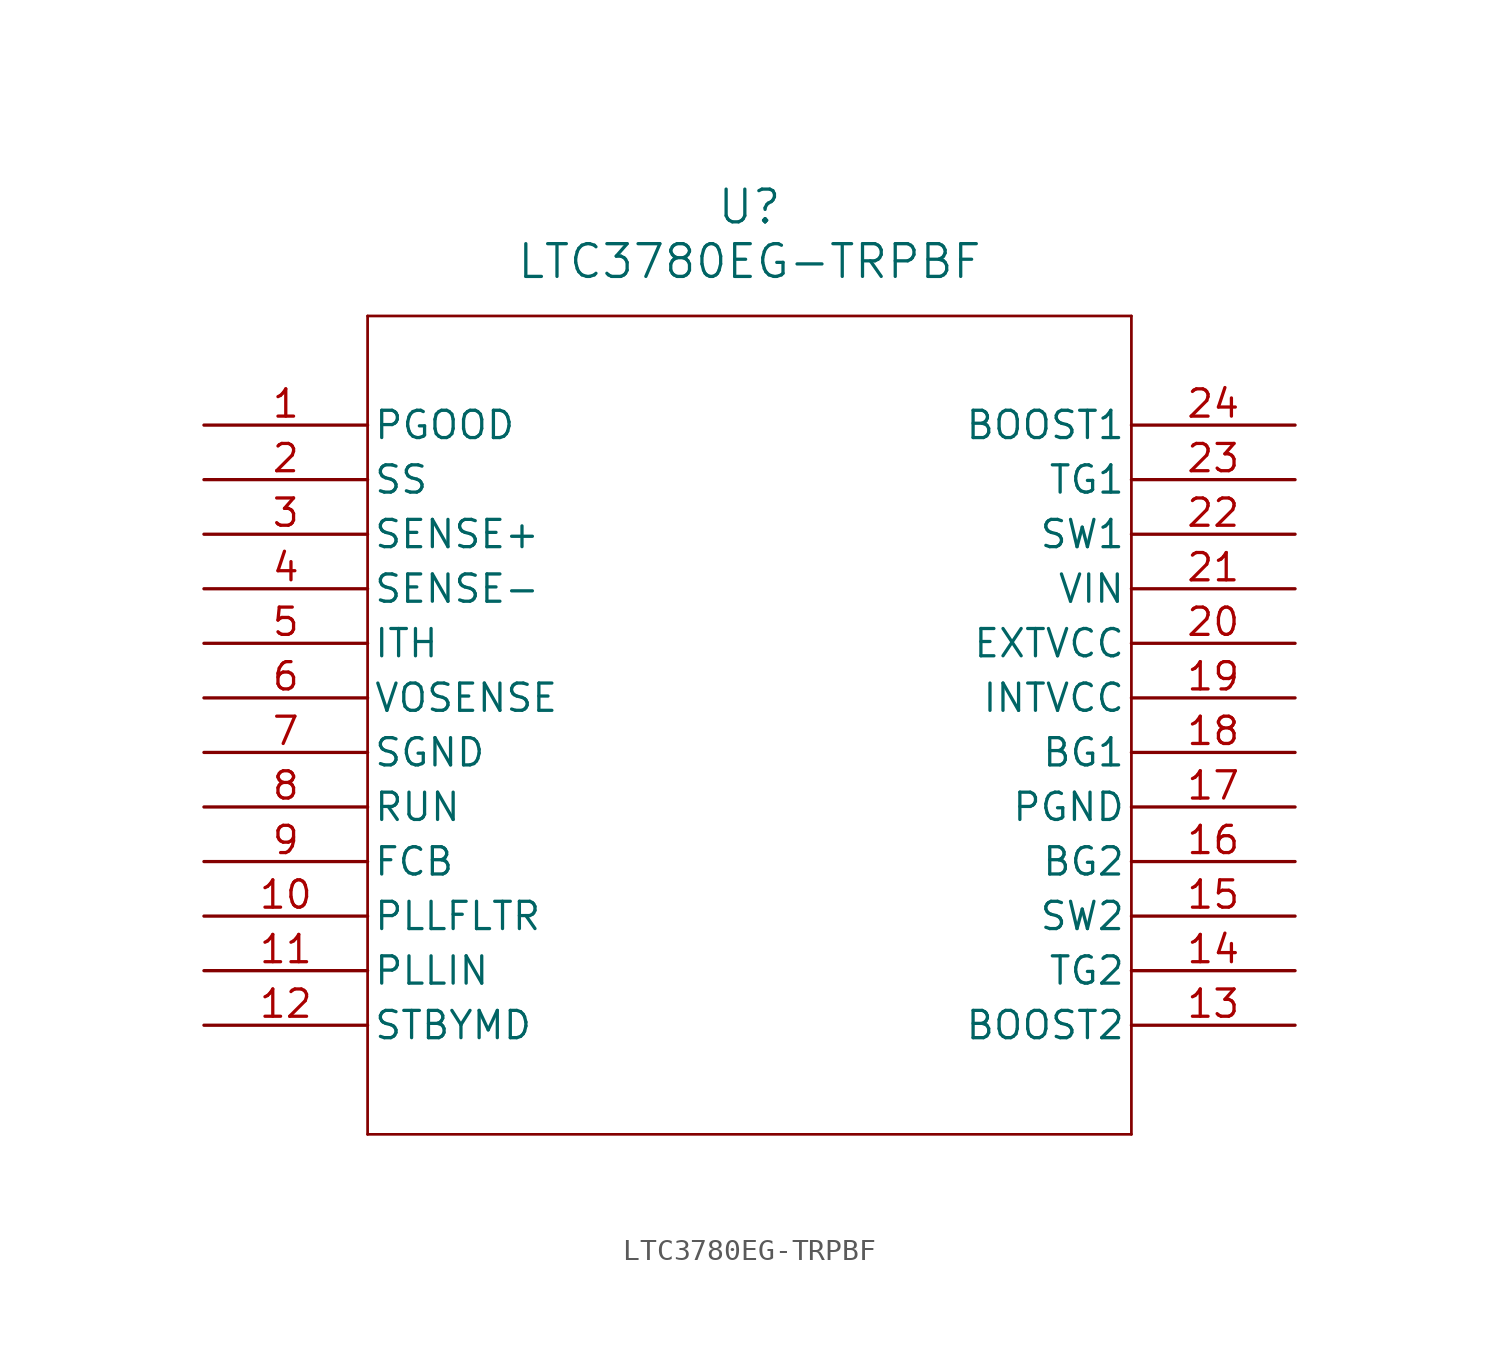
<source format=kicad_sym>
(kicad_symbol_lib
  (version 20220914)
  (generator kicad_symbol_editor)
  (symbol "LTC3780EG-TRPBF"
    (pin_names
      (offset 0.254))
    (property "Reference" "U"
      (at 25.4 10.16 0)
      (effects (font (size 1.524 1.524))))
    (property "Value" "LTC3780EG-TRPBF"
      (at 25.4 7.62 0)
      (effects (font (size 1.524 1.524))))
    (property "ki_locked" ""
      (at 0 0 0)
      (effects (font (size 1.27 1.27))))
    (symbol "LTC3780EG-TRPBF_0_1"
      (polyline (pts (xy 7.62 -33.02) (xy 43.18 -33.02)) (stroke (width 0.127) (type default)) (fill (type none)))
      (polyline (pts (xy 7.62 5.08) (xy 7.62 -33.02)) (stroke (width 0.127) (type default)) (fill (type none)))
      (polyline (pts (xy 43.18 -33.02) (xy 43.18 5.08)) (stroke (width 0.127) (type default)) (fill (type none)))
      (polyline (pts (xy 43.18 5.08) (xy 7.62 5.08)) (stroke (width 0.127) (type default)) (fill (type none)))
      (pin output line (at 0 0 0) (length 7.62) (name "PGOOD" (effects (font (size 1.27 1.27)))) (number "1" (effects (font (size 1.27 1.27)))))
      (pin input line (at 0 -25.4 0) (length 7.62) (name "PLLIN" (effects (font (size 1.27 1.27)))) (number "11" (effects (font (size 1.27 1.27)))))
      (pin power_in line (at 50.8 -17.78 180) (length 7.62) (name "PGND" (effects (font (size 1.27 1.27)))) (number "17" (effects (font (size 1.27 1.27)))))
      (pin output line (at 50.8 -12.7 180) (length 7.62) (name "INTVCC" (effects (font (size 1.27 1.27)))) (number "19" (effects (font (size 1.27 1.27)))))
      (pin input line (at 0 -2.54 0) (length 7.62) (name "SS" (effects (font (size 1.27 1.27)))) (number "2" (effects (font (size 1.27 1.27)))))
      (pin input line (at 50.8 -10.16 180) (length 7.62) (name "EXTVCC" (effects (font (size 1.27 1.27)))) (number "20" (effects (font (size 1.27 1.27)))))
      (pin input line (at 0 -5.08 0) (length 7.62) (name "SENSE+" (effects (font (size 1.27 1.27)))) (number "3" (effects (font (size 1.27 1.27)))))
      (pin input line (at 0 -7.62 0) (length 7.62) (name "SENSE-" (effects (font (size 1.27 1.27)))) (number "4" (effects (font (size 1.27 1.27)))))
      (pin input line (at 0 -12.7 0) (length 7.62) (name "VOSENSE" (effects (font (size 1.27 1.27)))) (number "6" (effects (font (size 1.27 1.27)))))
      (pin power_in line (at 0 -15.24 0) (length 7.62) (name "SGND" (effects (font (size 1.27 1.27)))) (number "7" (effects (font (size 1.27 1.27)))))
      (pin input line (at 0 -17.78 0) (length 7.62) (name "RUN" (effects (font (size 1.27 1.27)))) (number "8" (effects (font (size 1.27 1.27)))))
      (pin input line (at 0 -20.32 0) (length 7.62) (name "FCB" (effects (font (size 1.27 1.27)))) (number "9" (effects (font (size 1.27 1.27))))))
    (symbol "LTC3780EG-TRPBF_1_1"
      (pin power_in line (at 0 -22.86 0) (length 7.62) (name "PLLFLTR" (effects (font (size 1.27 1.27)))) (number "10" (effects (font (size 1.27 1.27)))))
      (pin bidirectional line (at 0 -27.94 0) (length 7.62) (name "STBYMD" (effects (font (size 1.27 1.27)))) (number "12" (effects (font (size 1.27 1.27)))))
      (pin bidirectional line (at 50.8 -27.94 180) (length 7.62) (name "BOOST2" (effects (font (size 1.27 1.27)))) (number "13" (effects (font (size 1.27 1.27)))))
      (pin bidirectional line (at 50.8 -25.4 180) (length 7.62) (name "TG2" (effects (font (size 1.27 1.27)))) (number "14" (effects (font (size 1.27 1.27)))))
      (pin bidirectional line (at 50.8 -22.86 180) (length 7.62) (name "SW2" (effects (font (size 1.27 1.27)))) (number "15" (effects (font (size 1.27 1.27)))))
      (pin bidirectional line (at 50.8 -20.32 180) (length 7.62) (name "BG2" (effects (font (size 1.27 1.27)))) (number "16" (effects (font (size 1.27 1.27)))))
      (pin bidirectional line (at 50.8 -15.24 180) (length 7.62) (name "BG1" (effects (font (size 1.27 1.27)))) (number "18" (effects (font (size 1.27 1.27)))))
      (pin power_in line (at 50.8 -7.62 180) (length 7.62) (name "VIN" (effects (font (size 1.27 1.27)))) (number "21" (effects (font (size 1.27 1.27)))))
      (pin bidirectional line (at 50.8 -5.08 180) (length 7.62) (name "SW1" (effects (font (size 1.27 1.27)))) (number "22" (effects (font (size 1.27 1.27)))))
      (pin bidirectional line (at 50.8 -2.54 180) (length 7.62) (name "TG1" (effects (font (size 1.27 1.27)))) (number "23" (effects (font (size 1.27 1.27)))))
      (pin bidirectional line (at 50.8 0 180) (length 7.62) (name "BOOST1" (effects (font (size 1.27 1.27)))) (number "24" (effects (font (size 1.27 1.27)))))
      (pin bidirectional line (at 0 -10.16 0) (length 7.62) (name "ITH" (effects (font (size 1.27 1.27)))) (number "5" (effects (font (size 1.27 1.27))))))))
</source>
